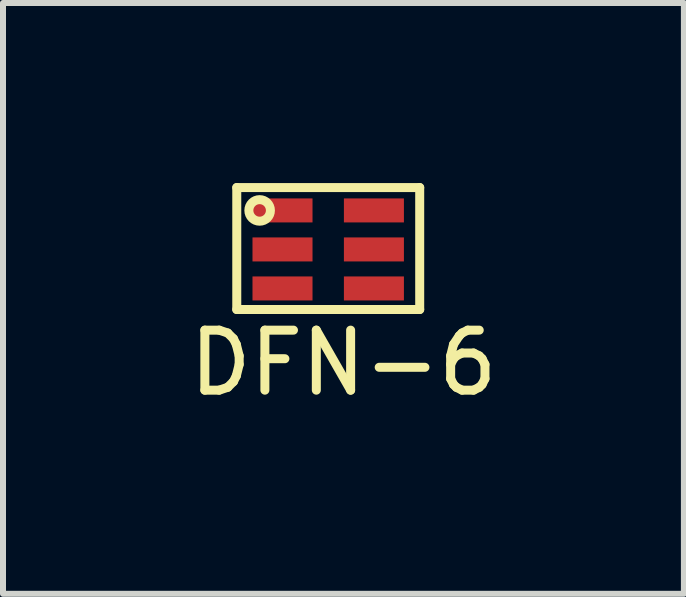
<source format=kicad_pcb>
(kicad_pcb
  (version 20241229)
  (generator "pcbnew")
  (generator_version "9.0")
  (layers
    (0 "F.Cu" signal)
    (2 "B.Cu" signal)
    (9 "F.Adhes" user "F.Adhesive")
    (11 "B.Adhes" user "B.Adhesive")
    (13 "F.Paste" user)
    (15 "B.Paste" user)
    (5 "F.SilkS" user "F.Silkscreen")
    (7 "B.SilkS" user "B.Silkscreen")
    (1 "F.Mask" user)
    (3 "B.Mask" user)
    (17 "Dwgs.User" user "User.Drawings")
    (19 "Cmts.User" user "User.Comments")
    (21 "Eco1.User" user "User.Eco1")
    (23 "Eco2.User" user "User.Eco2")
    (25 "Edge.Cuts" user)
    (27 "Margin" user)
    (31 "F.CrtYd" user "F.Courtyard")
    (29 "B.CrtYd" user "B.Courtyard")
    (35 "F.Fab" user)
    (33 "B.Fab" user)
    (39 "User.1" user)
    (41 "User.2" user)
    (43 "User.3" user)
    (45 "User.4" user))
  (footprint "DFN-6"
    (layer "F.Cu")
    (at 2.419 0.964)
    (property "Reference" "DFN-6" (at 0.254 2.032 0) (layer "F.SilkS") (effects (font (size 1 1) (thickness 0.15))))
    (attr through_hole)
    (fp_line (start -1.524 -0.889) (end 1.524 -0.889) (stroke (width 0.15) (type solid)) (layer "F.SilkS"))
    (fp_line (start -1.524 1.143) (end -1.524 -0.889) (stroke (width 0.15) (type solid)) (layer "F.SilkS"))
    (fp_line (start 1.524 -0.889) (end 1.524 1.143) (stroke (width 0.15) (type solid)) (layer "F.SilkS"))
    (fp_line (start 1.524 1.143) (end -1.524 1.143) (stroke (width 0.15) (type solid)) (layer "F.SilkS"))
    (fp_circle (center -1.143 -0.508) (end -1.27 -0.635) (stroke (width 0.15) (type solid)) (fill no) (layer "F.SilkS"))
    (pad "1" smd rect (at -0.762 -0.508) (size 1 0.4) (layers "F.Cu" "F.Mask" "F.Paste"))
    (pad "2" smd rect (at -0.762 0.142) (size 1 0.4) (layers "F.Cu" "F.Mask" "F.Paste"))
    (pad "3" smd rect (at -0.762 0.792) (size 1 0.4) (layers "F.Cu" "F.Mask" "F.Paste"))
    (pad "4" smd rect (at 0.761 0.792) (size 1 0.4) (layers "F.Cu" "F.Mask" "F.Paste"))
    (pad "5" smd rect (at 0.761 0.142) (size 1 0.4) (layers "F.Cu" "F.Mask" "F.Paste"))
    (pad "6" smd rect (at 0.761 -0.508) (size 1 0.4) (layers "F.Cu" "F.Mask" "F.Paste")))
  (gr_rect
    (start -3 -3)
    (end 8.345 6.844)
    (stroke (width 0.1) (type default))
    (fill no)
    (layer "Edge.Cuts")))
</source>
